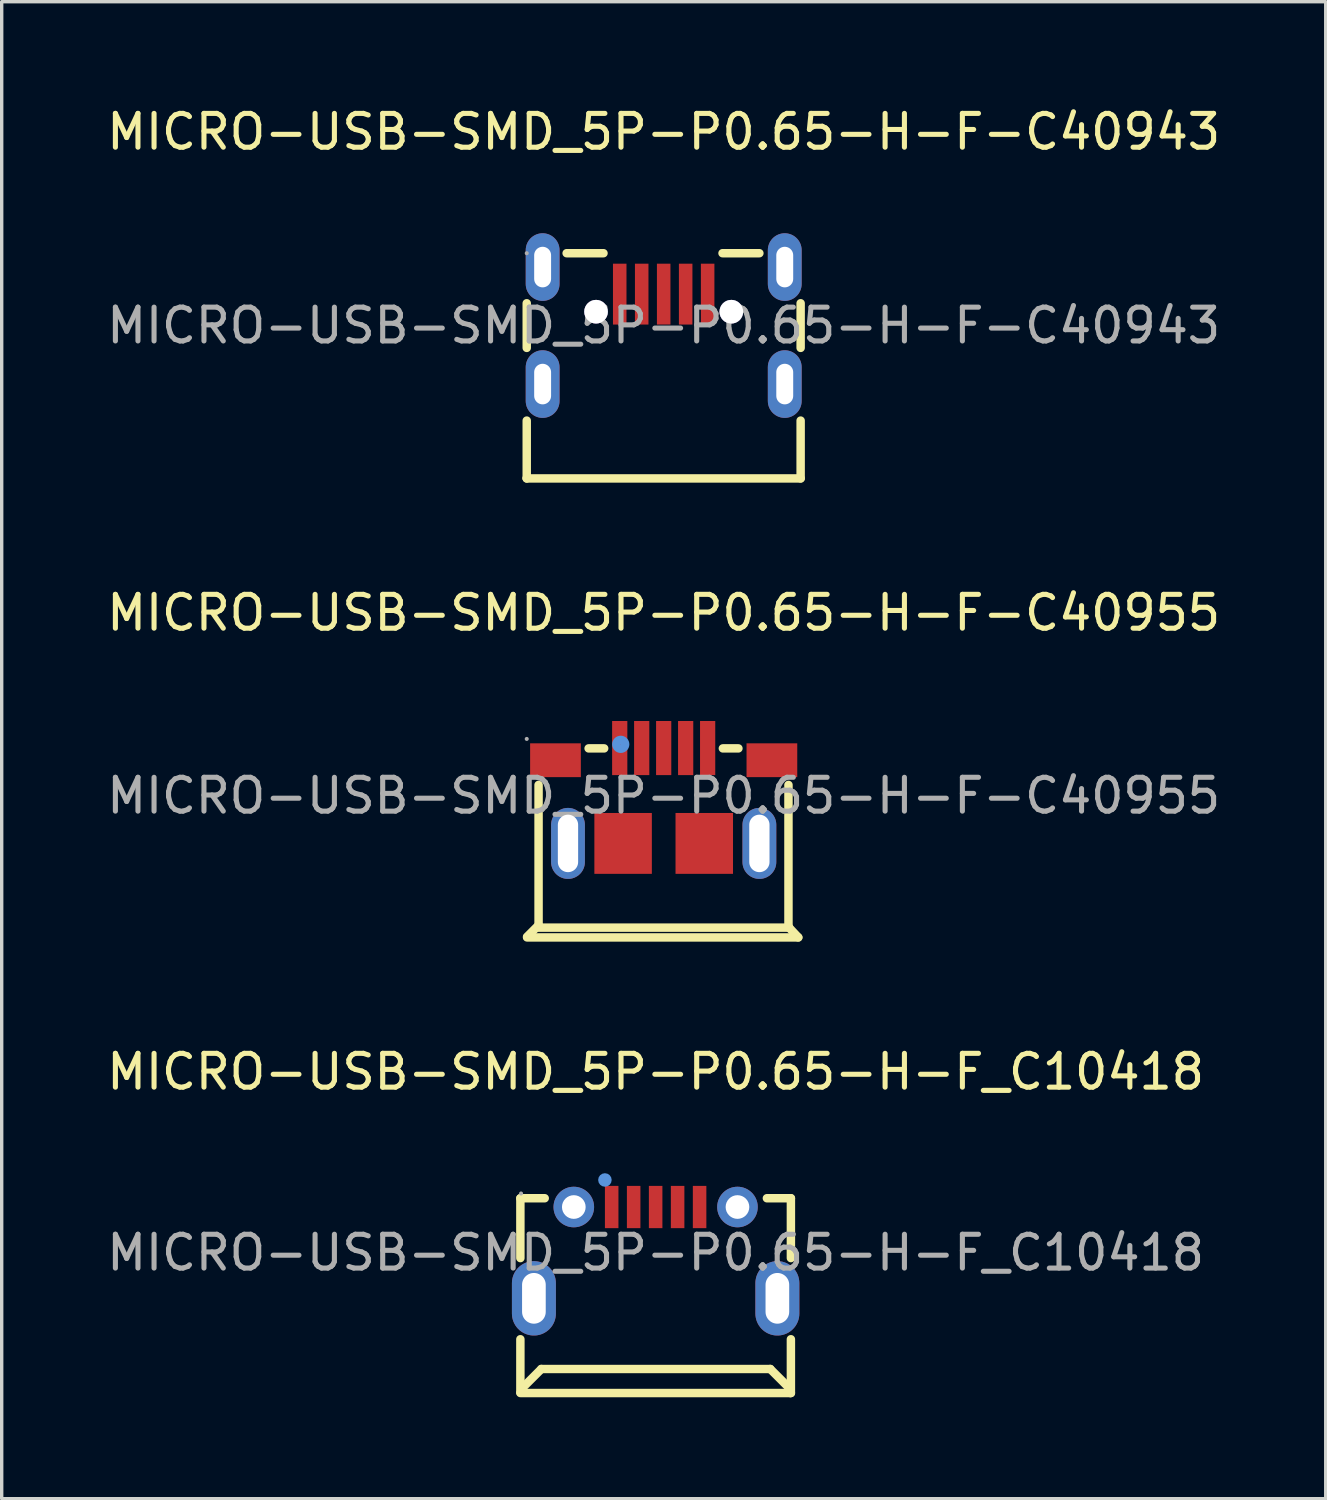
<source format=kicad_pcb>
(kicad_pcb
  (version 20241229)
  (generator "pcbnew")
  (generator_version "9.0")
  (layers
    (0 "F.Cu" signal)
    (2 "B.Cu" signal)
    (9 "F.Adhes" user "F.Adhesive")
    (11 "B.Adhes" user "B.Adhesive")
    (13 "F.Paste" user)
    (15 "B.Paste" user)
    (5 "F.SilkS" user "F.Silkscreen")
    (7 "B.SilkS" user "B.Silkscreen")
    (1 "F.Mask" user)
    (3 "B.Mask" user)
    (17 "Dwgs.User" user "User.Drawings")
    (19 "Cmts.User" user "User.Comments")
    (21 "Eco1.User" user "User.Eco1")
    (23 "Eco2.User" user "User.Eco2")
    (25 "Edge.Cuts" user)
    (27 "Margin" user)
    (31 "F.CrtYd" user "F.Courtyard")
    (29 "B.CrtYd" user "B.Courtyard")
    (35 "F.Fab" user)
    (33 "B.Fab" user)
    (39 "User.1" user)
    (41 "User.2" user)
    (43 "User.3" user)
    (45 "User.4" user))
  (footprint "MICRO-USB-SMD_5P-P0.65-H-F-C40955"
    (layer "F.Cu")
    (at 16.577 20.482)
    (property "Reference" "MICRO-USB-SMD_5P-P0.65-H-F-C40955" (at 0 -5.41 0) (layer "F.SilkS") (effects (font (size 1 1) (thickness 0.15))))
    (attr through_hole)
    (fp_line (start -3.7 3.83) (end -4.04 4.17) (stroke (width 0.25) (type solid)) (layer "F.SilkS"))
    (fp_line (start -3.7 3.83) (end -3.7 -0.32) (stroke (width 0.25) (type solid)) (layer "F.SilkS"))
    (fp_line (start -2.22 -1.4) (end -1.76 -1.4) (stroke (width 0.25) (type solid)) (layer "F.SilkS"))
    (fp_line (start 1.75 -1.4) (end 2.21 -1.4) (stroke (width 0.25) (type solid)) (layer "F.SilkS"))
    (fp_line (start 3.69 3.88) (end 3.69 -0.32) (stroke (width 0.25) (type solid)) (layer "F.SilkS"))
    (fp_line (start 3.69 3.88) (end 3.98 4.19) (stroke (width 0.25) (type solid)) (layer "F.SilkS"))
    (fp_line (start 3.71 3.9) (end -3.7 3.9) (stroke (width 0.25) (type solid)) (layer "F.SilkS"))
    (fp_line (start 3.98 4.19) (end -4.04 4.19) (stroke (width 0.25) (type solid)) (layer "F.SilkS"))
    (fp_circle (center -1.27 -1.52) (end -1.14 -1.52) (stroke (width 0.25) (type solid)) (fill no) (layer "Cmts.User"))
    (fp_circle (center -4.05 -1.68) (end -4.02 -1.68) (stroke (width 0.06) (type solid)) (fill no) (layer "F.Fab"))
    (fp_text user "${REFERENCE}" (at 0 0 0) (layer "F.Fab") (effects (font (size 1 1) (thickness 0.15))))
    (pad "0" smd rect (at -3.2 -1.05 180) (size 1.5 1) (layers "F.Cu" "F.Mask" "F.Paste"))
    (pad "0" thru_hole oval (at -2.83 1.41) (size 1 2.1) (drill oval 0.6 1.7) (layers "*.Cu" "*.Paste" "*.Mask"))
    (pad "0" smd rect (at -1.2 1.41 90) (size 1.8 1.7) (layers "F.Cu" "F.Mask" "F.Paste"))
    (pad "0" smd rect (at 1.2 1.41 90) (size 1.8 1.7) (layers "F.Cu" "F.Mask" "F.Paste"))
    (pad "0" thru_hole oval (at 2.83 1.41) (size 1 2.1) (drill oval 0.6 1.7) (layers "*.Cu" "*.Paste" "*.Mask"))
    (pad "0" smd rect (at 3.2 -1.05 180) (size 1.5 1) (layers "F.Cu" "F.Mask" "F.Paste"))
    (pad "1" smd rect (at -1.3 -1.41 270) (size 1.6 0.45) (layers "F.Cu" "F.Mask" "F.Paste"))
    (pad "2" smd rect (at -0.65 -1.41 270) (size 1.6 0.45) (layers "F.Cu" "F.Mask" "F.Paste"))
    (pad "3" smd rect (at 0 -1.41 270) (size 1.6 0.45) (layers "F.Cu" "F.Mask" "F.Paste"))
    (pad "4" smd rect (at 0.65 -1.41 270) (size 1.6 0.45) (layers "F.Cu" "F.Mask" "F.Paste"))
    (pad "5" smd rect (at 1.3 -1.41 270) (size 1.6 0.45) (layers "F.Cu" "F.Mask" "F.Paste")))
  (footprint "MICRO-USB-SMD_5P-P0.65-H-F_C10418"
    (layer "F.Cu")
    (at 16.339 33.995)
    (property "Reference" "MICRO-USB-SMD_5P-P0.65-H-F_C10418" (at 0 -5.35 0) (layer "F.SilkS") (effects (font (size 1 1) (thickness 0.15))))
    (attr through_hole)
    (fp_line (start -4 -1.61) (end -4 0.16) (stroke (width 0.25) (type solid)) (layer "F.SilkS"))
    (fp_line (start -4 -1.61) (end -3.28 -1.61) (stroke (width 0.25) (type solid)) (layer "F.SilkS"))
    (fp_line (start -4 2.56) (end -4 4.13) (stroke (width 0.25) (type solid)) (layer "F.SilkS"))
    (fp_line (start -3.97 4.03) (end -3.38 3.44) (stroke (width 0.25) (type solid)) (layer "F.SilkS"))
    (fp_line (start -3.97 4.13) (end -3.97 4.03) (stroke (width 0.25) (type solid)) (layer "F.SilkS"))
    (fp_line (start 3.29 -1.61) (end 4 -1.61) (stroke (width 0.25) (type solid)) (layer "F.SilkS"))
    (fp_line (start 3.39 3.44) (end -3.38 3.44) (stroke (width 0.25) (type solid)) (layer "F.SilkS"))
    (fp_line (start 3.98 4.03) (end 3.39 3.44) (stroke (width 0.25) (type solid)) (layer "F.SilkS"))
    (fp_line (start 3.98 4.15) (end 3.98 4.03) (stroke (width 0.25) (type solid)) (layer "F.SilkS"))
    (fp_line (start 4 -1.61) (end 4 0.16) (stroke (width 0.25) (type solid)) (layer "F.SilkS"))
    (fp_line (start 4 2.56) (end 4 4.15) (stroke (width 0.25) (type solid)) (layer "F.SilkS"))
    (fp_line (start 4 4.15) (end -4 4.15) (stroke (width 0.25) (type solid)) (layer "F.SilkS"))
    (fp_circle (center -2.42 -1.35) (end -2.12 -1.35) (stroke (width 0.6) (type solid)) (fill no) (layer "F.Paste"))
    (fp_circle (center 2.42 -1.35) (end 2.72 -1.35) (stroke (width 0.6) (type solid)) (fill no) (layer "F.Paste"))
    (fp_circle (center -1.5 -2.15) (end -1.4 -2.15) (stroke (width 0.2) (type solid)) (fill no) (layer "Cmts.User"))
    (fp_circle (center -3.98 -1.75) (end -3.95 -1.75) (stroke (width 0.06) (type solid)) (fill no) (layer "F.Fab"))
    (fp_circle (center -2.42 -1.35) (end -2.33 -1.35) (stroke (width 0.18) (type solid)) (fill no) (layer "F.Fab"))
    (fp_circle (center 2.42 -1.35) (end 2.51 -1.35) (stroke (width 0.18) (type solid)) (fill no) (layer "F.Fab"))
    (fp_text user "${REFERENCE}" (at 0 0 0) (layer "F.Fab") (effects (font (size 1 1) (thickness 0.15))))
    (pad "0" thru_hole oval (at -3.6 1.35) (size 1.3 2.2) (drill oval 0.7 1.5) (layers "*.Cu" "*.Paste" "*.Mask"))
    (pad "0" thru_hole circle (at -2.42 -1.35) (size 1.2 1.2) (drill 0.7) (layers "*.Cu" "*.Paste" "*.Mask"))
    (pad "0" thru_hole circle (at 2.42 -1.35) (size 1.2 1.2) (drill 0.7) (layers "*.Cu" "*.Paste" "*.Mask"))
    (pad "0" thru_hole oval (at 3.6 1.35) (size 1.3 2.2) (drill oval 0.7 1.5) (layers "*.Cu" "*.Paste" "*.Mask"))
    (pad "1" smd rect (at -1.3 -1.35 270) (size 1.25 0.4) (layers "F.Cu" "F.Mask" "F.Paste"))
    (pad "2" smd rect (at -0.65 -1.35 270) (size 1.25 0.4) (layers "F.Cu" "F.Mask" "F.Paste"))
    (pad "3" smd rect (at 0 -1.35 270) (size 1.25 0.4) (layers "F.Cu" "F.Mask" "F.Paste"))
    (pad "4" smd rect (at 0.65 -1.35 270) (size 1.25 0.4) (layers "F.Cu" "F.Mask" "F.Paste"))
    (pad "5" smd rect (at 1.3 -1.35 270) (size 1.25 0.4) (layers "F.Cu" "F.Mask" "F.Paste")))
  (footprint "MICRO-USB-SMD_5P-P0.65-H-F-C40943"
    (layer "F.Cu")
    (at 16.577 6.578)
    (property "Reference" "MICRO-USB-SMD_5P-P0.65-H-F-C40943" (at 0 -5.73 0) (layer "F.SilkS") (effects (font (size 1 1) (thickness 0.15))))
    (attr through_hole)
    (fp_line (start -4.05 0.66) (end -4.05 -0.66) (stroke (width 0.25) (type solid)) (layer "F.SilkS"))
    (fp_line (start -4.05 4.51) (end -4.05 2.81) (stroke (width 0.25) (type solid)) (layer "F.SilkS"))
    (fp_line (start -4.05 4.52) (end -4.05 4.51) (stroke (width 0.25) (type solid)) (layer "F.SilkS"))
    (fp_line (start -4.05 4.52) (end 4.05 4.52) (stroke (width 0.25) (type solid)) (layer "F.SilkS"))
    (fp_line (start -2.87 -2.14) (end -1.78 -2.14) (stroke (width 0.25) (type solid)) (layer "F.SilkS"))
    (fp_line (start 1.74 -2.14) (end 2.83 -2.14) (stroke (width 0.25) (type solid)) (layer "F.SilkS"))
    (fp_line (start 4.05 0.66) (end 4.05 -0.66) (stroke (width 0.25) (type solid)) (layer "F.SilkS"))
    (fp_line (start 4.05 4.52) (end 4.05 2.81) (stroke (width 0.25) (type solid)) (layer "F.SilkS"))
    (fp_circle (center -2 -0.41) (end -1.87 -0.41) (stroke (width 0.25) (type solid)) (fill no) (layer "Cmts.User"))
    (fp_circle (center 2 -0.41) (end 2.13 -0.41) (stroke (width 0.25) (type solid)) (fill no) (layer "Cmts.User"))
    (fp_circle (center -4.05 -2.14) (end -4.02 -2.14) (stroke (width 0.06) (type solid)) (fill no) (layer "F.Fab"))
    (fp_text user "${REFERENCE}" (at 0 0 0) (layer "F.Fab") (effects (font (size 1 1) (thickness 0.15))))
    (pad "" thru_hole circle (at -2 -0.41) (size 0.7 0.7) (drill 0.7) (layers "*.Cu" "*.Mask"))
    (pad "" thru_hole circle (at 2 -0.41) (size 0.7 0.7) (drill 0.7) (layers "*.Cu" "*.Mask"))
    (pad "0" thru_hole oval (at -3.58 -1.73) (size 1 2) (drill oval 0.5 1.2) (layers "*.Cu" "*.Paste" "*.Mask"))
    (pad "0" thru_hole oval (at -3.58 1.73) (size 1 2) (drill oval 0.5 1.2) (layers "*.Cu" "*.Paste" "*.Mask"))
    (pad "0" thru_hole oval (at 3.58 -1.73) (size 1 2) (drill oval 0.5 1.2) (layers "*.Cu" "*.Paste" "*.Mask"))
    (pad "0" thru_hole oval (at 3.58 1.73) (size 1 2) (drill oval 0.5 1.2) (layers "*.Cu" "*.Paste" "*.Mask"))
    (pad "1" smd rect (at -1.3 -0.93) (size 0.4 1.8) (layers "F.Cu" "F.Mask" "F.Paste"))
    (pad "2" smd rect (at -0.65 -0.93) (size 0.4 1.8) (layers "F.Cu" "F.Mask" "F.Paste"))
    (pad "3" smd rect (at 0 -0.93) (size 0.4 1.8) (layers "F.Cu" "F.Mask" "F.Paste"))
    (pad "4" smd rect (at 0.65 -0.93) (size 0.4 1.8) (layers "F.Cu" "F.Mask" "F.Paste"))
    (pad "5" smd rect (at 1.3 -0.93) (size 0.4 1.8) (layers "F.Cu" "F.Mask" "F.Paste")))
  (gr_rect
    (start -3 -3)
    (end 36.155 41.27)
    (stroke (width 0.1) (type default))
    (fill no)
    (layer "Edge.Cuts")))
</source>
